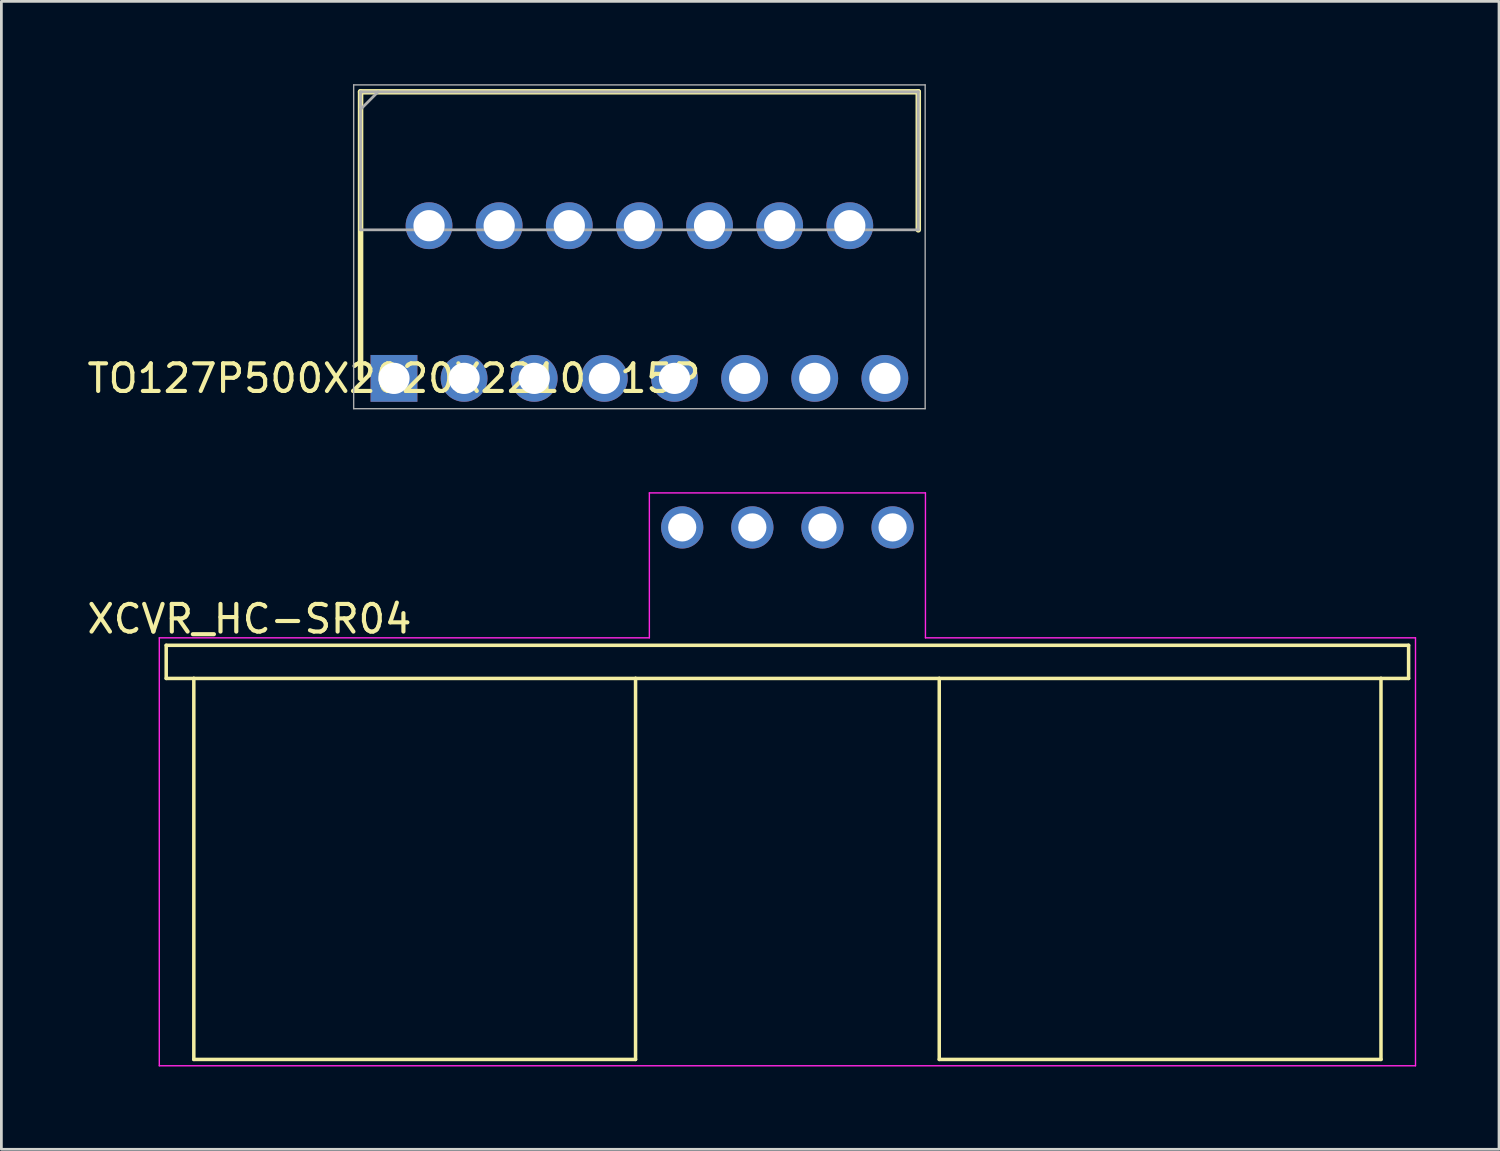
<source format=kicad_pcb>
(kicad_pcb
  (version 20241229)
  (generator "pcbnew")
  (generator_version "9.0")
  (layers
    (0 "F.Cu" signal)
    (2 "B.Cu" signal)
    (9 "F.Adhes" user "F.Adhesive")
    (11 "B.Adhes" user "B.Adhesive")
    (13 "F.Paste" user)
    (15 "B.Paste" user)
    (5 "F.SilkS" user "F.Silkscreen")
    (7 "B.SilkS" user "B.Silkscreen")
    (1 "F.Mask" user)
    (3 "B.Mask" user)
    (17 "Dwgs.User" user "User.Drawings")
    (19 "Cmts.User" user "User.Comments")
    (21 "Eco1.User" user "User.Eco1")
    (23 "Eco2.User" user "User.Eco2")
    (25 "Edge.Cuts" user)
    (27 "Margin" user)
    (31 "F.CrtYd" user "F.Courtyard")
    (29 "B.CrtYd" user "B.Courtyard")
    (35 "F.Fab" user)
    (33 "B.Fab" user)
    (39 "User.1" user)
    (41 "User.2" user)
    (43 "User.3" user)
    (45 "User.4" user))
  (footprint "XCVR_HC-SR04"
    (layer "F.Cu")
    (at 25.47 16.053)
    (property "Reference" "XCVR_HC-SR04" (at -19.485 3.317 0) (layer "F.SilkS") (effects (font (size 1.001 1.001) (thickness 0.15))))
    (attr through_hole)
    (fp_line (start -22.5 4.27) (end 22.5 4.27) (stroke (width 0.127) (type solid)) (layer "F.SilkS"))
    (fp_line (start -22.5 5.47) (end -22.5 4.27) (stroke (width 0.127) (type solid)) (layer "F.SilkS"))
    (fp_line (start -21.5 5.47) (end -22.5 5.47) (stroke (width 0.127) (type solid)) (layer "F.SilkS"))
    (fp_line (start -21.5 5.47) (end -21.5 19.27) (stroke (width 0.127) (type solid)) (layer "F.SilkS"))
    (fp_line (start -21.5 19.27) (end -5.5 19.27) (stroke (width 0.127) (type solid)) (layer "F.SilkS"))
    (fp_line (start -5.5 5.47) (end -21.5 5.47) (stroke (width 0.127) (type solid)) (layer "F.SilkS"))
    (fp_line (start -5.5 5.47) (end -5.5 19.27) (stroke (width 0.127) (type solid)) (layer "F.SilkS"))
    (fp_line (start 5.5 5.47) (end -5.5 5.47) (stroke (width 0.127) (type solid)) (layer "F.SilkS"))
    (fp_line (start 5.5 5.47) (end 5.5 19.27) (stroke (width 0.127) (type solid)) (layer "F.SilkS"))
    (fp_line (start 5.5 19.27) (end 21.5 19.27) (stroke (width 0.127) (type solid)) (layer "F.SilkS"))
    (fp_line (start 21.5 5.47) (end 5.5 5.47) (stroke (width 0.127) (type solid)) (layer "F.SilkS"))
    (fp_line (start 21.5 5.47) (end 21.5 19.27) (stroke (width 0.127) (type solid)) (layer "F.SilkS"))
    (fp_line (start 22.5 4.27) (end 22.5 5.47) (stroke (width 0.127) (type solid)) (layer "F.SilkS"))
    (fp_line (start 22.5 5.47) (end 21.5 5.47) (stroke (width 0.127) (type solid)) (layer "F.SilkS"))
    (fp_line (start -22.75 4) (end -22.75 19.5) (stroke (width 0.05) (type solid)) (layer "F.CrtYd"))
    (fp_line (start -22.75 19.5) (end 22.75 19.5) (stroke (width 0.05) (type solid)) (layer "F.CrtYd"))
    (fp_line (start -5 -1.25) (end -5 4) (stroke (width 0.05) (type solid)) (layer "F.CrtYd"))
    (fp_line (start -5 4) (end -22.75 4) (stroke (width 0.05) (type solid)) (layer "F.CrtYd"))
    (fp_line (start 5 -1.25) (end -5 -1.25) (stroke (width 0.05) (type solid)) (layer "F.CrtYd"))
    (fp_line (start 5 4) (end 5 -1.25) (stroke (width 0.05) (type solid)) (layer "F.CrtYd"))
    (fp_line (start 22.75 4) (end 5 4) (stroke (width 0.05) (type solid)) (layer "F.CrtYd"))
    (fp_line (start 22.75 19.5) (end 22.75 4) (stroke (width 0.05) (type solid)) (layer "F.CrtYd"))
    (pad "1" thru_hole circle (at -3.81 0) (size 1.53 1.53) (drill 1.02) (layers "*.Cu" "*.Mask"))
    (pad "2" thru_hole circle (at -1.27 0) (size 1.53 1.53) (drill 1.02) (layers "*.Cu" "*.Mask"))
    (pad "3" thru_hole circle (at 1.27 0) (size 1.53 1.53) (drill 1.02) (layers "*.Cu" "*.Mask"))
    (pad "4" thru_hole circle (at 3.81 0) (size 1.53 1.53) (drill 1.02) (layers "*.Cu" "*.Mask")))
  (footprint "TO127P500X2020X2210-15P"
    (layer "F.Cu")
    (at 11.22 10.655)
    (property "Reference" "TO127P500X2020X2210-15P" (at 0 0 0) (layer "F.SilkS") (effects (font (size 1 1) (thickness 0.15))))
    (attr through_hole)
    (fp_line (start -1.21 -10.38) (end -1.21 0) (stroke (width 0.2) (type solid)) (layer "F.SilkS"))
    (fp_line (start 18.99 -10.38) (end -1.21 -10.38) (stroke (width 0.2) (type solid)) (layer "F.SilkS"))
    (fp_line (start 18.99 -5.38) (end 18.99 -10.38) (stroke (width 0.2) (type solid)) (layer "F.SilkS"))
    (fp_line (start -1.46 -10.63) (end 19.24 -10.63) (stroke (width 0.05) (type solid)) (layer "F.Fab"))
    (fp_line (start -1.46 1.098) (end -1.46 -10.63) (stroke (width 0.05) (type solid)) (layer "F.Fab"))
    (fp_line (start -1.21 -10.38) (end 18.99 -10.38) (stroke (width 0.1) (type solid)) (layer "F.Fab"))
    (fp_line (start -1.21 -9.745) (end -0.575 -10.38) (stroke (width 0.1) (type solid)) (layer "F.Fab"))
    (fp_line (start -1.21 -5.38) (end -1.21 -10.38) (stroke (width 0.1) (type solid)) (layer "F.Fab"))
    (fp_line (start 18.99 -10.38) (end 18.99 -5.38) (stroke (width 0.1) (type solid)) (layer "F.Fab"))
    (fp_line (start 18.99 -5.38) (end -1.21 -5.38) (stroke (width 0.1) (type solid)) (layer "F.Fab"))
    (fp_line (start 19.24 -10.63) (end 19.24 1.098) (stroke (width 0.05) (type solid)) (layer "F.Fab"))
    (fp_line (start 19.24 1.098) (end -1.46 1.098) (stroke (width 0.05) (type solid)) (layer "F.Fab"))
    (pad "1" thru_hole rect (at 0 0) (size 1.695 1.695) (drill 1.13) (layers "*.Cu" "*.Mask"))
    (pad "2" thru_hole circle (at 1.27 -5.53) (size 1.695 1.695) (drill 1.13) (layers "*.Cu" "*.Mask"))
    (pad "3" thru_hole circle (at 2.54 0) (size 1.695 1.695) (drill 1.13) (layers "*.Cu" "*.Mask"))
    (pad "4" thru_hole circle (at 3.81 -5.53) (size 1.695 1.695) (drill 1.13) (layers "*.Cu" "*.Mask"))
    (pad "5" thru_hole circle (at 5.08 0) (size 1.695 1.695) (drill 1.13) (layers "*.Cu" "*.Mask"))
    (pad "6" thru_hole circle (at 6.35 -5.53) (size 1.695 1.695) (drill 1.13) (layers "*.Cu" "*.Mask"))
    (pad "7" thru_hole circle (at 7.62 0) (size 1.695 1.695) (drill 1.13) (layers "*.Cu" "*.Mask"))
    (pad "8" thru_hole circle (at 8.89 -5.53) (size 1.695 1.695) (drill 1.13) (layers "*.Cu" "*.Mask"))
    (pad "9" thru_hole circle (at 10.16 0) (size 1.695 1.695) (drill 1.13) (layers "*.Cu" "*.Mask"))
    (pad "10" thru_hole circle (at 11.43 -5.53) (size 1.695 1.695) (drill 1.13) (layers "*.Cu" "*.Mask"))
    (pad "11" thru_hole circle (at 12.7 0) (size 1.695 1.695) (drill 1.13) (layers "*.Cu" "*.Mask"))
    (pad "12" thru_hole circle (at 13.97 -5.53) (size 1.695 1.695) (drill 1.13) (layers "*.Cu" "*.Mask"))
    (pad "13" thru_hole circle (at 15.24 0) (size 1.695 1.695) (drill 1.13) (layers "*.Cu" "*.Mask"))
    (pad "14" thru_hole circle (at 16.51 -5.53) (size 1.695 1.695) (drill 1.13) (layers "*.Cu" "*.Mask"))
    (pad "15" thru_hole circle (at 17.78 0) (size 1.695 1.695) (drill 1.13) (layers "*.Cu" "*.Mask")))
  (gr_rect
    (start -3 -3)
    (end 51.245 38.578)
    (stroke (width 0.1) (type default))
    (fill no)
    (layer "Edge.Cuts")))
</source>
